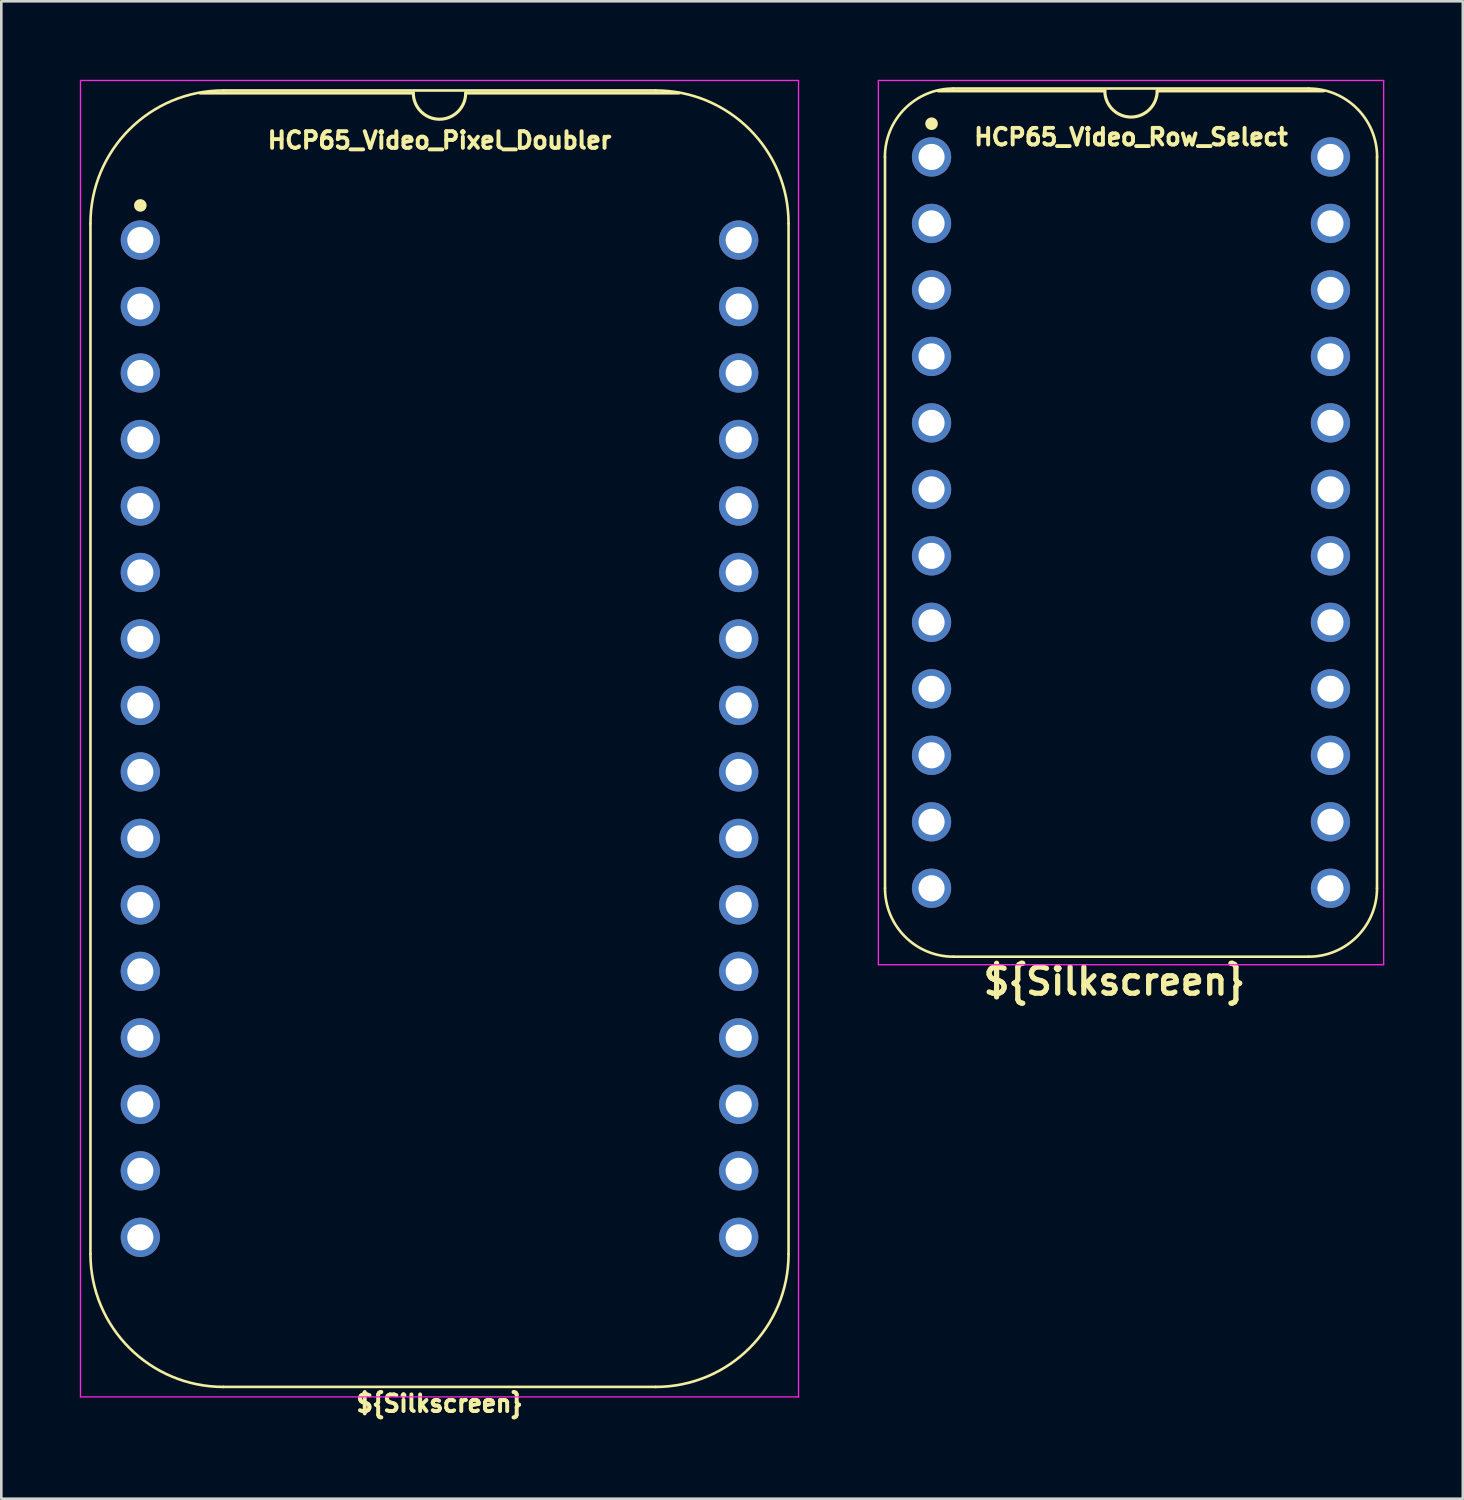
<source format=kicad_pcb>
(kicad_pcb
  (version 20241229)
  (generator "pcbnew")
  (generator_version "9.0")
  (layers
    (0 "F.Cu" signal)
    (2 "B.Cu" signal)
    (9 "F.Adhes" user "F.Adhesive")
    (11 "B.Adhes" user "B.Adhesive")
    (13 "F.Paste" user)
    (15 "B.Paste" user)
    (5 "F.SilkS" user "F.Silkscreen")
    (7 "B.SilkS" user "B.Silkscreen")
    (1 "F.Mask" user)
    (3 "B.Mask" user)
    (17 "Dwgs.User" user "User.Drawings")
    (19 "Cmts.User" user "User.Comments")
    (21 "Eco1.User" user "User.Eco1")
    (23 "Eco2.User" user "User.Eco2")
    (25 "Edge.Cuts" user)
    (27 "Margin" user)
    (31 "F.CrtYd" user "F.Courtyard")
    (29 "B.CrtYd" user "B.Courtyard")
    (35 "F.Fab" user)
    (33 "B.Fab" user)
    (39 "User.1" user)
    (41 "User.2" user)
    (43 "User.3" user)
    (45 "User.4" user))
  (footprint "HCP65_Video_Row_Select"
    (layer "F.Cu")
    (at 32.539 2.946)
    (property "Reference" "HCP65_Video_Row_Select" (at 7.62 -0.762 0) (layer "F.SilkS") (effects (font (size 0.635 0.635) (thickness 0.15))))
    (attr through_hole)
    (fp_line (start -1.778 27.94) (end -1.778 0) (stroke (width 0.1) (type solid)) (layer "F.SilkS"))
    (fp_line (start 0.832 -2.614) (end 14.408 -2.614) (stroke (width 0.1) (type solid)) (layer "F.SilkS"))
    (fp_line (start 6.62 -2.524) (end 0.254 -2.524) (stroke (width 0.12) (type solid)) (layer "F.SilkS"))
    (fp_line (start 14.404 30.554) (end 0.836 30.554) (stroke (width 0.1) (type solid)) (layer "F.SilkS"))
    (fp_line (start 14.986 -2.524) (end 8.62 -2.524) (stroke (width 0.12) (type solid)) (layer "F.SilkS"))
    (fp_line (start 17.018 27.94) (end 17.018 0) (stroke (width 0.1) (type solid)) (layer "F.SilkS"))
    (fp_arc (start -1.781544 0) (mid -1.016 -1.848188) (end 0.832188 -2.613732) (stroke (width 0.1) (type solid)) (layer "F.SilkS"))
    (fp_arc (start 0.835733 30.553733) (mid -1.012456 29.788189) (end -1.778 27.94) (stroke (width 0.1) (type solid)) (layer "F.SilkS"))
    (fp_arc (start 8.62 -2.524) (mid 7.62 -1.524) (end 6.62 -2.524) (stroke (width 0.12) (type solid)) (layer "F.SilkS"))
    (fp_arc (start 14.407812 -2.613732) (mid 16.256 -1.848188) (end 17.021544 0) (stroke (width 0.1) (type solid)) (layer "F.SilkS"))
    (fp_arc (start 17.018001 27.940001) (mid 16.252456 29.788188) (end 14.404269 30.553733) (stroke (width 0.1) (type solid)) (layer "F.SilkS"))
    (fp_circle (center 0 -1.27) (end 0.18 -1.27) (stroke (width 0.12) (type solid)) (fill yes) (layer "F.SilkS"))
    (fp_line (start -2.032 -2.921) (end -2.032 30.861) (stroke (width 0.05) (type solid)) (layer "F.CrtYd"))
    (fp_line (start -2.032 -2.921) (end 17.272 -2.921) (stroke (width 0.05) (type solid)) (layer "F.CrtYd"))
    (fp_line (start -2.032 30.861) (end 17.272 30.861) (stroke (width 0.05) (type solid)) (layer "F.CrtYd"))
    (fp_line (start 17.272 -2.921) (end 17.272 30.861) (stroke (width 0.05) (type solid)) (layer "F.CrtYd"))
    (fp_text user "${Silkscreen}" (at 6.985 31.496 0) (layer "F.SilkS") (effects (font (size 1 1) (thickness 0.2) (bold yes))))
    (pad "1" thru_hole circle (at 0 0) (size 1.5 1.5) (drill 1) (layers "*.Cu" "*.Mask"))
    (pad "2" thru_hole circle (at 0 2.54) (size 1.5 1.5) (drill 1) (layers "*.Cu" "*.Mask"))
    (pad "3" thru_hole circle (at 0 5.08) (size 1.5 1.5) (drill 1) (layers "*.Cu" "*.Mask"))
    (pad "4" thru_hole circle (at 0 7.62) (size 1.5 1.5) (drill 1) (layers "*.Cu" "*.Mask"))
    (pad "5" thru_hole circle (at 0 10.16) (size 1.5 1.5) (drill 1) (layers "*.Cu" "*.Mask"))
    (pad "6" thru_hole circle (at 0 12.7) (size 1.5 1.5) (drill 1) (layers "*.Cu" "*.Mask"))
    (pad "7" thru_hole circle (at 0 15.24) (size 1.5 1.5) (drill 1) (layers "*.Cu" "*.Mask"))
    (pad "8" thru_hole circle (at 0 17.78) (size 1.5 1.5) (drill 1) (layers "*.Cu" "*.Mask"))
    (pad "9" thru_hole circle (at 0 20.32) (size 1.5 1.5) (drill 1) (layers "*.Cu" "*.Mask"))
    (pad "10" thru_hole circle (at 0 22.86) (size 1.5 1.5) (drill 1) (layers "*.Cu" "*.Mask"))
    (pad "11" thru_hole circle (at 0 25.4) (size 1.5 1.5) (drill 1) (layers "*.Cu" "*.Mask"))
    (pad "12" thru_hole circle (at 0 27.94) (size 1.5 1.5) (drill 1) (layers "*.Cu" "*.Mask"))
    (pad "13" thru_hole circle (at 15.24 27.94) (size 1.5 1.5) (drill 1) (layers "*.Cu" "*.Mask"))
    (pad "14" thru_hole circle (at 15.24 25.4) (size 1.5 1.5) (drill 1) (layers "*.Cu" "*.Mask"))
    (pad "15" thru_hole circle (at 15.24 22.86) (size 1.5 1.5) (drill 1) (layers "*.Cu" "*.Mask"))
    (pad "16" thru_hole circle (at 15.24 20.32) (size 1.5 1.5) (drill 1) (layers "*.Cu" "*.Mask"))
    (pad "17" thru_hole circle (at 15.24 17.78) (size 1.5 1.5) (drill 1) (layers "*.Cu" "*.Mask"))
    (pad "18" thru_hole circle (at 15.24 15.24) (size 1.5 1.5) (drill 1) (layers "*.Cu" "*.Mask"))
    (pad "19" thru_hole circle (at 15.24 12.7) (size 1.5 1.5) (drill 1) (layers "*.Cu" "*.Mask"))
    (pad "20" thru_hole circle (at 15.24 10.16) (size 1.5 1.5) (drill 1) (layers "*.Cu" "*.Mask"))
    (pad "21" thru_hole circle (at 15.24 7.62) (size 1.5 1.5) (drill 1) (layers "*.Cu" "*.Mask"))
    (pad "22" thru_hole circle (at 15.24 5.08) (size 1.5 1.5) (drill 1) (layers "*.Cu" "*.Mask"))
    (pad "23" thru_hole circle (at 15.24 2.54) (size 1.5 1.5) (drill 1) (layers "*.Cu" "*.Mask"))
    (pad "24" thru_hole circle (at 15.24 0) (size 1.5 1.5) (drill 1) (layers "*.Cu" "*.Mask")))
  (footprint "HCP65_Video_Pixel_Doubler"
    (layer "F.Cu")
    (at 2.311 6.121)
    (property "Reference" "HCP65_Video_Pixel_Doubler" (at 11.43 -3.81 0) (layer "F.SilkS") (effects (font (size 0.635 0.635) (thickness 0.15))))
    (attr through_hole)
    (fp_line (start -1.905 -0.635) (end -1.905 38.735) (stroke (width 0.1) (type solid)) (layer "F.SilkS"))
    (fp_line (start 10.43 -5.616) (end 2.286 -5.616) (stroke (width 0.12) (type solid)) (layer "F.SilkS"))
    (fp_line (start 19.685 -5.715) (end 3.175 -5.715) (stroke (width 0.1) (type solid)) (layer "F.SilkS"))
    (fp_line (start 19.685 43.815) (end 3.175 43.815) (stroke (width 0.1) (type solid)) (layer "F.SilkS"))
    (fp_line (start 20.574 -5.616) (end 12.43 -5.616) (stroke (width 0.12) (type solid)) (layer "F.SilkS"))
    (fp_line (start 24.765 38.735) (end 24.765 -0.635) (stroke (width 0.1) (type solid)) (layer "F.SilkS"))
    (fp_arc (start -1.905 -0.635) (mid -0.417102 -4.227102) (end 3.175 -5.715) (stroke (width 0.1) (type solid)) (layer "F.SilkS"))
    (fp_arc (start 3.175 43.815) (mid -0.417102 42.327102) (end -1.905 38.735) (stroke (width 0.1) (type solid)) (layer "F.SilkS"))
    (fp_arc (start 12.43 -5.616) (mid 11.43 -4.616) (end 10.43 -5.616) (stroke (width 0.12) (type solid)) (layer "F.SilkS"))
    (fp_arc (start 19.685 -5.715) (mid 23.277102 -4.227102) (end 24.765 -0.635) (stroke (width 0.1) (type solid)) (layer "F.SilkS"))
    (fp_arc (start 24.765 38.735) (mid 23.277102 42.327102) (end 19.685 43.815) (stroke (width 0.1) (type solid)) (layer "F.SilkS"))
    (fp_circle (center 0 -1.323) (end 0.18 -1.323) (stroke (width 0.12) (type solid)) (fill yes) (layer "F.SilkS"))
    (fp_line (start -2.286 -6.096) (end -2.286 44.196) (stroke (width 0.05) (type solid)) (layer "F.CrtYd"))
    (fp_line (start -2.286 -6.096) (end 25.146 -6.096) (stroke (width 0.05) (type solid)) (layer "F.CrtYd"))
    (fp_line (start -2.286 44.196) (end 25.146 44.196) (stroke (width 0.05) (type solid)) (layer "F.CrtYd"))
    (fp_line (start 25.146 44.196) (end 25.146 -6.096) (stroke (width 0.05) (type solid)) (layer "F.CrtYd"))
    (fp_text user "${Silkscreen}" (at 11.43 44.45 0) (layer "F.SilkS") (effects (font (size 0.635 0.635) (thickness 0.15))))
    (pad "1" thru_hole circle (at 0 0) (size 1.5 1.5) (drill 1) (layers "*.Cu" "*.Mask"))
    (pad "2" thru_hole circle (at 0 2.54) (size 1.5 1.5) (drill 1) (layers "*.Cu" "*.Mask"))
    (pad "3" thru_hole circle (at 0 5.08) (size 1.5 1.5) (drill 1) (layers "*.Cu" "*.Mask"))
    (pad "4" thru_hole circle (at 0 7.62) (size 1.5 1.5) (drill 1) (layers "*.Cu" "*.Mask"))
    (pad "5" thru_hole circle (at 0 10.16) (size 1.5 1.5) (drill 1) (layers "*.Cu" "*.Mask"))
    (pad "6" thru_hole circle (at 0 12.7) (size 1.5 1.5) (drill 1) (layers "*.Cu" "*.Mask"))
    (pad "7" thru_hole circle (at 0 15.24) (size 1.5 1.5) (drill 1) (layers "*.Cu" "*.Mask"))
    (pad "8" thru_hole circle (at 0 17.78) (size 1.5 1.5) (drill 1) (layers "*.Cu" "*.Mask"))
    (pad "9" thru_hole circle (at 0 20.32) (size 1.5 1.5) (drill 1) (layers "*.Cu" "*.Mask"))
    (pad "10" thru_hole circle (at 0 22.86) (size 1.5 1.5) (drill 1) (layers "*.Cu" "*.Mask"))
    (pad "11" thru_hole circle (at 0 25.4) (size 1.5 1.5) (drill 1) (layers "*.Cu" "*.Mask"))
    (pad "12" thru_hole circle (at 0 27.94) (size 1.5 1.5) (drill 1) (layers "*.Cu" "*.Mask"))
    (pad "13" thru_hole circle (at 0 30.48) (size 1.5 1.5) (drill 1) (layers "*.Cu" "*.Mask"))
    (pad "14" thru_hole circle (at 0 33.02) (size 1.5 1.5) (drill 1) (layers "*.Cu" "*.Mask"))
    (pad "15" thru_hole circle (at 0 35.56) (size 1.5 1.5) (drill 1) (layers "*.Cu" "*.Mask"))
    (pad "16" thru_hole circle (at 0 38.1) (size 1.5 1.5) (drill 1) (layers "*.Cu" "*.Mask"))
    (pad "17" thru_hole circle (at 22.86 38.1) (size 1.5 1.5) (drill 1) (layers "*.Cu" "*.Mask"))
    (pad "18" thru_hole circle (at 22.86 35.56) (size 1.5 1.5) (drill 1) (layers "*.Cu" "*.Mask"))
    (pad "19" thru_hole circle (at 22.86 33.02) (size 1.5 1.5) (drill 1) (layers "*.Cu" "*.Mask"))
    (pad "20" thru_hole circle (at 22.86 30.48) (size 1.5 1.5) (drill 1) (layers "*.Cu" "*.Mask"))
    (pad "21" thru_hole circle (at 22.86 27.94) (size 1.5 1.5) (drill 1) (layers "*.Cu" "*.Mask"))
    (pad "22" thru_hole circle (at 22.86 25.4) (size 1.5 1.5) (drill 1) (layers "*.Cu" "*.Mask"))
    (pad "23" thru_hole circle (at 22.86 22.86) (size 1.5 1.5) (drill 1) (layers "*.Cu" "*.Mask"))
    (pad "24" thru_hole circle (at 22.86 20.32) (size 1.5 1.5) (drill 1) (layers "*.Cu" "*.Mask"))
    (pad "25" thru_hole circle (at 22.86 17.78) (size 1.5 1.5) (drill 1) (layers "*.Cu" "*.Mask"))
    (pad "26" thru_hole circle (at 22.86 15.24) (size 1.5 1.5) (drill 1) (layers "*.Cu" "*.Mask"))
    (pad "27" thru_hole circle (at 22.86 12.7) (size 1.5 1.5) (drill 1) (layers "*.Cu" "*.Mask"))
    (pad "28" thru_hole circle (at 22.86 10.16) (size 1.5 1.5) (drill 1) (layers "*.Cu" "*.Mask"))
    (pad "29" thru_hole circle (at 22.86 7.62) (size 1.5 1.5) (drill 1) (layers "*.Cu" "*.Mask"))
    (pad "30" thru_hole circle (at 22.86 5.08) (size 1.5 1.5) (drill 1) (layers "*.Cu" "*.Mask"))
    (pad "31" thru_hole circle (at 22.86 2.54) (size 1.5 1.5) (drill 1) (layers "*.Cu" "*.Mask"))
    (pad "32" thru_hole circle (at 22.86 0) (size 1.5 1.5) (drill 1) (layers "*.Cu" "*.Mask")))
  (gr_rect
    (start -3 -3)
    (end 52.836 54.206)
    (stroke (width 0.1) (type default))
    (fill no)
    (layer "Edge.Cuts")))
</source>
